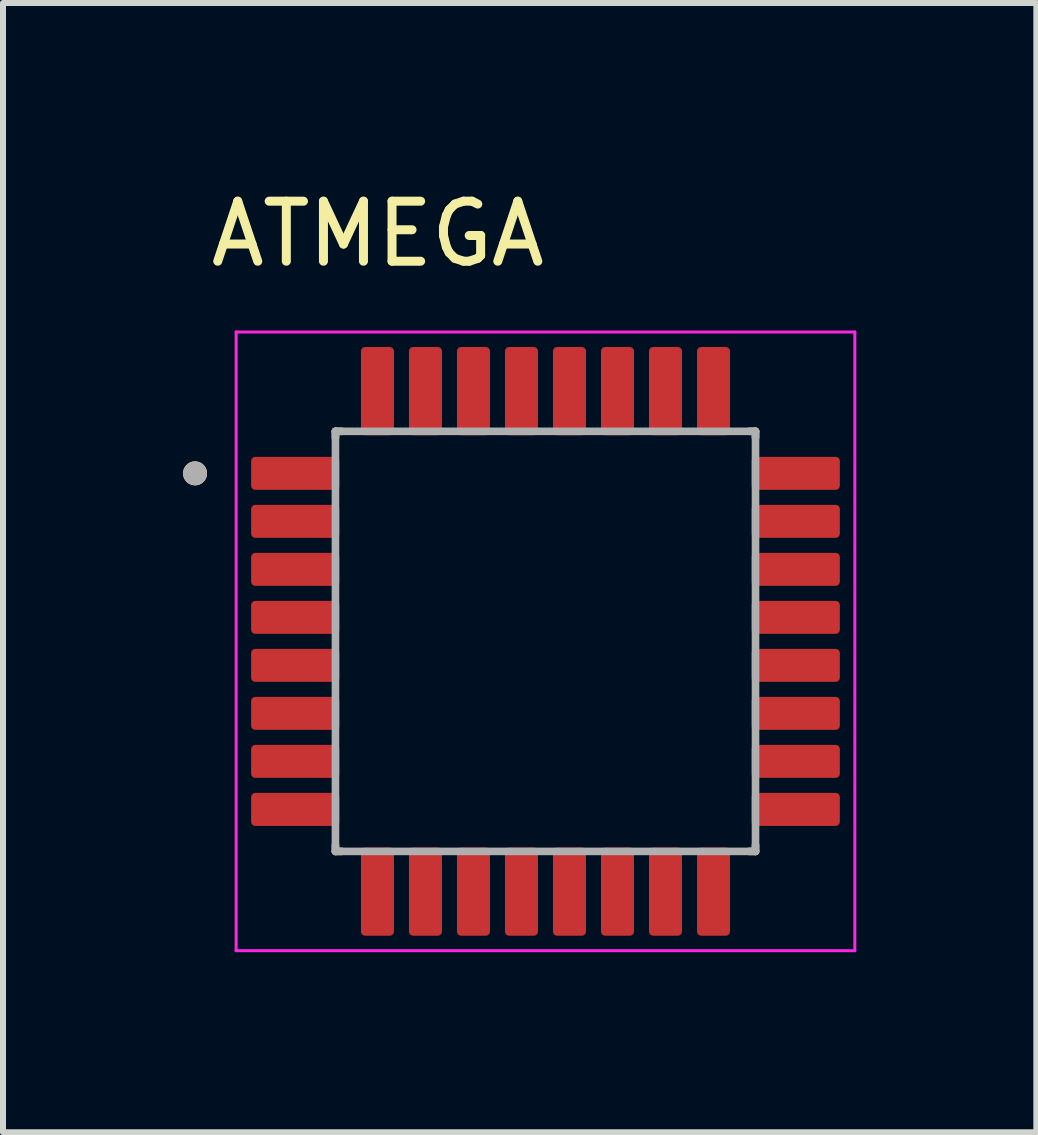
<source format=kicad_pcb>
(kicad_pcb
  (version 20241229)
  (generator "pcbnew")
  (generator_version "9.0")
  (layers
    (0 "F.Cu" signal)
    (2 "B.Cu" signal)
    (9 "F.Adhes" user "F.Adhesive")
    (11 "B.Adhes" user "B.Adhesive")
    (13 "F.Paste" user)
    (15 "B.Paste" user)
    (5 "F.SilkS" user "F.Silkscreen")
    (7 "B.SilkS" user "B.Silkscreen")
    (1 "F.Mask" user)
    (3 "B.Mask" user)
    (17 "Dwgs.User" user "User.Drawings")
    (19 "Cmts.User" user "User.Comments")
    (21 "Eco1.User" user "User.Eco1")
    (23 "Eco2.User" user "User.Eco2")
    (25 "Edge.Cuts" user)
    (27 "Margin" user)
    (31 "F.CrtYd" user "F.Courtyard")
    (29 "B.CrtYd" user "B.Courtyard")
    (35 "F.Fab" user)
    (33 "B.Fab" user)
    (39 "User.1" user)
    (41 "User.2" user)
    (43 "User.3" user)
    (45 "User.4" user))
  (footprint "ATMEGA"
    (layer "F.Cu")
    (at 6.04 7.638)
    (property "Reference" "ATMEGA" (at -2.795 -6.79 0) (layer "F.SilkS") (effects (font (size 1 1) (thickness 0.15))))
    (attr smd)
    (fp_line (start -3.5 -3.5) (end -3.5 -3.395) (stroke (width 0.127) (type solid)) (layer "F.SilkS"))
    (fp_line (start -3.5 -3.5) (end -3.395 -3.5) (stroke (width 0.127) (type solid)) (layer "F.SilkS"))
    (fp_line (start -3.5 3.5) (end -3.5 3.395) (stroke (width 0.127) (type solid)) (layer "F.SilkS"))
    (fp_line (start -3.5 3.5) (end -3.395 3.5) (stroke (width 0.127) (type solid)) (layer "F.SilkS"))
    (fp_line (start 3.5 -3.5) (end 3.395 -3.5) (stroke (width 0.127) (type solid)) (layer "F.SilkS"))
    (fp_line (start 3.5 -3.5) (end 3.5 -3.395) (stroke (width 0.127) (type solid)) (layer "F.SilkS"))
    (fp_line (start 3.5 3.5) (end 3.395 3.5) (stroke (width 0.127) (type solid)) (layer "F.SilkS"))
    (fp_line (start 3.5 3.5) (end 3.5 3.395) (stroke (width 0.127) (type solid)) (layer "F.SilkS"))
    (fp_circle (center -5.84 -2.8) (end -5.74 -2.8) (stroke (width 0.2) (type solid)) (fill no) (layer "F.SilkS"))
    (fp_line (start -5.155 -5.155) (end 5.155 -5.155) (stroke (width 0.05) (type solid)) (layer "F.CrtYd"))
    (fp_line (start -5.155 5.155) (end -5.155 -5.155) (stroke (width 0.05) (type solid)) (layer "F.CrtYd"))
    (fp_line (start -5.155 5.155) (end 5.155 5.155) (stroke (width 0.05) (type solid)) (layer "F.CrtYd"))
    (fp_line (start 5.155 5.155) (end 5.155 -5.155) (stroke (width 0.05) (type solid)) (layer "F.CrtYd"))
    (fp_line (start -3.5 3.5) (end -3.5 -3.5) (stroke (width 0.127) (type solid)) (layer "F.Fab"))
    (fp_line (start 3.5 -3.5) (end -3.5 -3.5) (stroke (width 0.127) (type solid)) (layer "F.Fab"))
    (fp_line (start 3.5 3.5) (end -3.5 3.5) (stroke (width 0.127) (type solid)) (layer "F.Fab"))
    (fp_line (start 3.5 3.5) (end 3.5 -3.5) (stroke (width 0.127) (type solid)) (layer "F.Fab"))
    (fp_circle (center -5.84 -2.8) (end -5.74 -2.8) (stroke (width 0.2) (type solid)) (fill no) (layer "F.Fab"))
    (pad "1" smd roundrect (at -4.17 -2.8) (size 1.47 0.55) (layers "F.Cu" "F.Mask" "F.Paste") (roundrect_rratio 0.125))
    (pad "2" smd roundrect (at -4.17 -2) (size 1.47 0.55) (layers "F.Cu" "F.Mask" "F.Paste") (roundrect_rratio 0.125))
    (pad "3" smd roundrect (at -4.17 -1.2) (size 1.47 0.55) (layers "F.Cu" "F.Mask" "F.Paste") (roundrect_rratio 0.125))
    (pad "4" smd roundrect (at -4.17 -0.4) (size 1.47 0.55) (layers "F.Cu" "F.Mask" "F.Paste") (roundrect_rratio 0.125))
    (pad "5" smd roundrect (at -4.17 0.4) (size 1.47 0.55) (layers "F.Cu" "F.Mask" "F.Paste") (roundrect_rratio 0.125))
    (pad "6" smd roundrect (at -4.17 1.2) (size 1.47 0.55) (layers "F.Cu" "F.Mask" "F.Paste") (roundrect_rratio 0.125))
    (pad "7" smd roundrect (at -4.17 2) (size 1.47 0.55) (layers "F.Cu" "F.Mask" "F.Paste") (roundrect_rratio 0.125))
    (pad "8" smd roundrect (at -4.17 2.8) (size 1.47 0.55) (layers "F.Cu" "F.Mask" "F.Paste") (roundrect_rratio 0.125))
    (pad "9" smd roundrect (at -2.8 4.17) (size 0.55 1.47) (layers "F.Cu" "F.Mask" "F.Paste") (roundrect_rratio 0.125))
    (pad "10" smd roundrect (at -2 4.17) (size 0.55 1.47) (layers "F.Cu" "F.Mask" "F.Paste") (roundrect_rratio 0.125))
    (pad "11" smd roundrect (at -1.2 4.17) (size 0.55 1.47) (layers "F.Cu" "F.Mask" "F.Paste") (roundrect_rratio 0.125))
    (pad "12" smd roundrect (at -0.4 4.17) (size 0.55 1.47) (layers "F.Cu" "F.Mask" "F.Paste") (roundrect_rratio 0.125))
    (pad "13" smd roundrect (at 0.4 4.17) (size 0.55 1.47) (layers "F.Cu" "F.Mask" "F.Paste") (roundrect_rratio 0.125))
    (pad "14" smd roundrect (at 1.2 4.17) (size 0.55 1.47) (layers "F.Cu" "F.Mask" "F.Paste") (roundrect_rratio 0.125))
    (pad "15" smd roundrect (at 2 4.17) (size 0.55 1.47) (layers "F.Cu" "F.Mask" "F.Paste") (roundrect_rratio 0.125))
    (pad "16" smd roundrect (at 2.8 4.17) (size 0.55 1.47) (layers "F.Cu" "F.Mask" "F.Paste") (roundrect_rratio 0.125))
    (pad "17" smd roundrect (at 4.17 2.8) (size 1.47 0.55) (layers "F.Cu" "F.Mask" "F.Paste") (roundrect_rratio 0.125))
    (pad "18" smd roundrect (at 4.17 2) (size 1.47 0.55) (layers "F.Cu" "F.Mask" "F.Paste") (roundrect_rratio 0.125))
    (pad "19" smd roundrect (at 4.17 1.2) (size 1.47 0.55) (layers "F.Cu" "F.Mask" "F.Paste") (roundrect_rratio 0.125))
    (pad "20" smd roundrect (at 4.17 0.4) (size 1.47 0.55) (layers "F.Cu" "F.Mask" "F.Paste") (roundrect_rratio 0.125))
    (pad "21" smd roundrect (at 4.17 -0.4) (size 1.47 0.55) (layers "F.Cu" "F.Mask" "F.Paste") (roundrect_rratio 0.125))
    (pad "22" smd roundrect (at 4.17 -1.2) (size 1.47 0.55) (layers "F.Cu" "F.Mask" "F.Paste") (roundrect_rratio 0.125))
    (pad "23" smd roundrect (at 4.17 -2) (size 1.47 0.55) (layers "F.Cu" "F.Mask" "F.Paste") (roundrect_rratio 0.125))
    (pad "24" smd roundrect (at 4.17 -2.8) (size 1.47 0.55) (layers "F.Cu" "F.Mask" "F.Paste") (roundrect_rratio 0.125))
    (pad "25" smd roundrect (at 2.8 -4.17) (size 0.55 1.47) (layers "F.Cu" "F.Mask" "F.Paste") (roundrect_rratio 0.125))
    (pad "26" smd roundrect (at 2 -4.17) (size 0.55 1.47) (layers "F.Cu" "F.Mask" "F.Paste") (roundrect_rratio 0.125))
    (pad "27" smd roundrect (at 1.2 -4.17) (size 0.55 1.47) (layers "F.Cu" "F.Mask" "F.Paste") (roundrect_rratio 0.125))
    (pad "28" smd roundrect (at 0.4 -4.17) (size 0.55 1.47) (layers "F.Cu" "F.Mask" "F.Paste") (roundrect_rratio 0.125))
    (pad "29" smd roundrect (at -0.4 -4.17) (size 0.55 1.47) (layers "F.Cu" "F.Mask" "F.Paste") (roundrect_rratio 0.125))
    (pad "30" smd roundrect (at -1.2 -4.17) (size 0.55 1.47) (layers "F.Cu" "F.Mask" "F.Paste") (roundrect_rratio 0.125))
    (pad "31" smd roundrect (at -2 -4.17) (size 0.55 1.47) (layers "F.Cu" "F.Mask" "F.Paste") (roundrect_rratio 0.125))
    (pad "32" smd roundrect (at -2.8 -4.17) (size 0.55 1.47) (layers "F.Cu" "F.Mask" "F.Paste") (roundrect_rratio 0.125)))
  (gr_rect
    (start -3 -3)
    (end 14.22 15.818)
    (stroke (width 0.1) (type default))
    (fill no)
    (layer "Edge.Cuts")))
</source>
